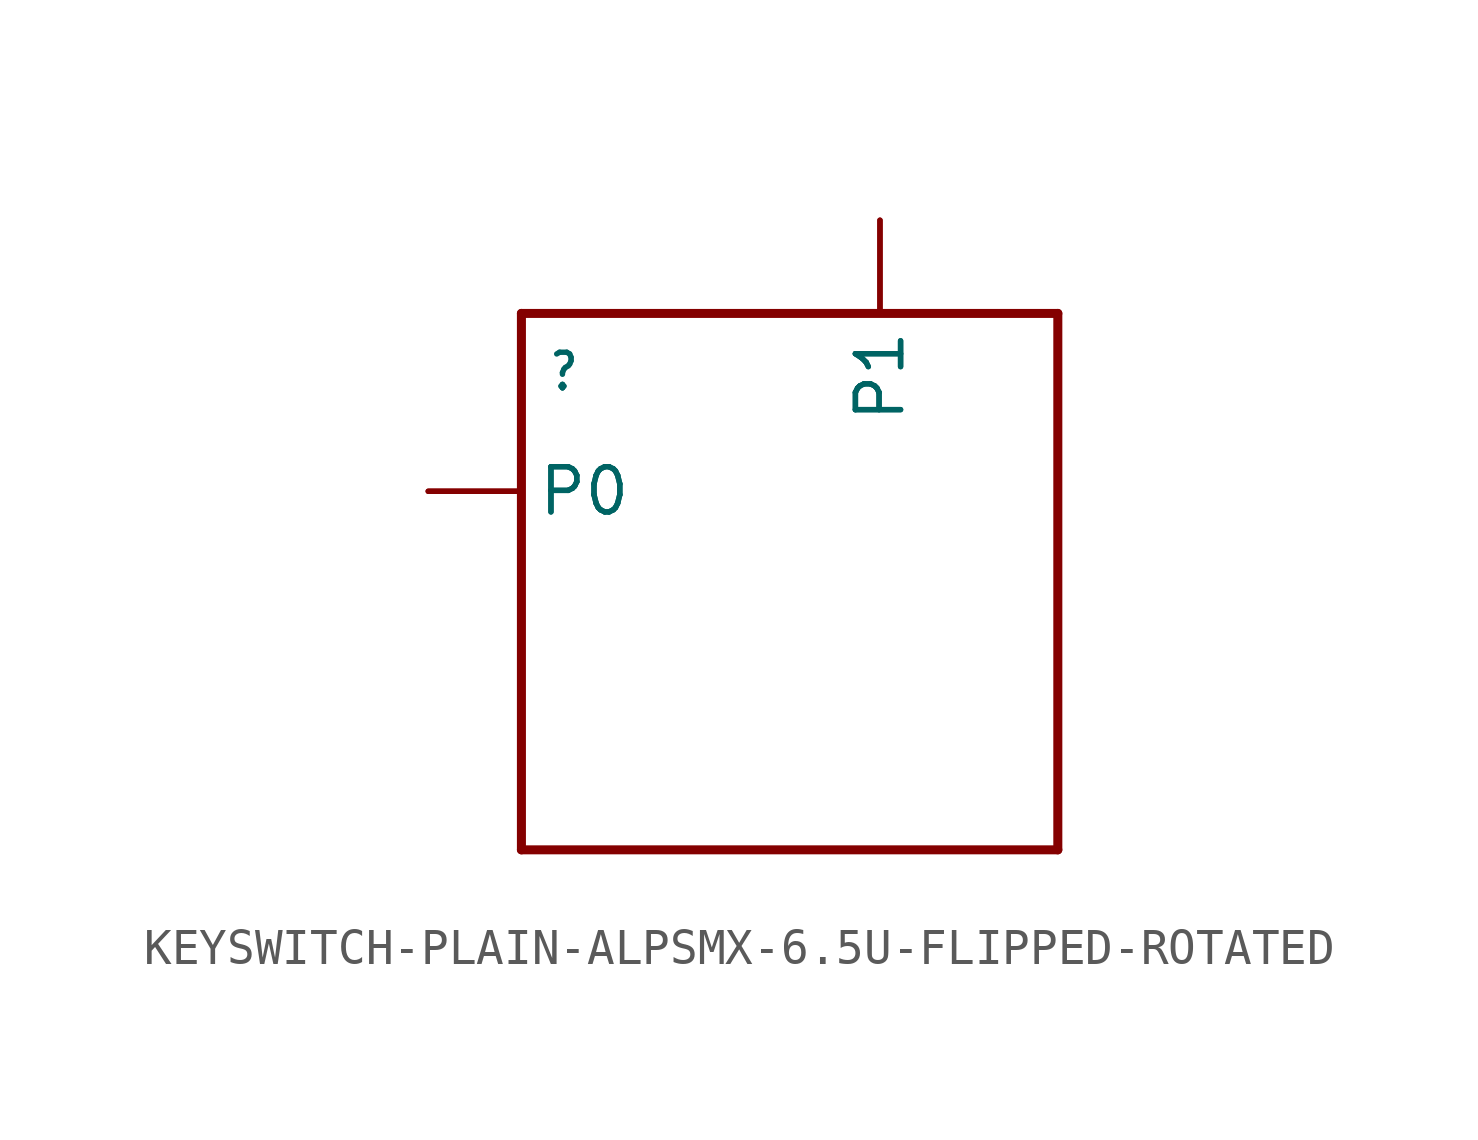
<source format=kicad_sym>
(kicad_symbol_lib
  (version 20211014)
  (generator kicad_symbol_editor)
  (symbol "KEYSWITCH-PLAIN-ALPSMX-6.5U-FLIPPED-ROTATED"
    (property "Reference" ""
      (at -6.81 5.318 0)
      (effects (font (size 1 0.85)) (justify left bottom)))
    (property "ki_locked" ""
      (at 0 0 0)
      (effects (font (size 1.27 1.27))))
    (symbol "KEYSWITCH-PLAIN-ALPSMX-6.5U-FLIPPED-ROTATED_1_0"
      (polyline (pts (xy -7.54 -7.54) (xy -7.54 7.54)) (stroke (width 0.254) (type default) (color 0 0 0 0)) (fill (type none)))
      (polyline (pts (xy -7.54 7.54) (xy 7.54 7.54)) (stroke (width 0.254) (type default) (color 0 0 0 0)) (fill (type none)))
      (polyline (pts (xy 7.54 -7.54) (xy -7.54 -7.54)) (stroke (width 0.254) (type default) (color 0 0 0 0)) (fill (type none)))
      (polyline (pts (xy 7.54 7.54) (xy 7.54 -7.54)) (stroke (width 0.254) (type default) (color 0 0 0 0)) (fill (type none)))
      (pin bidirectional line (at -10.16 2.54 0) (length 2.54) (name "P0" (effects (font (size 1.27 1.27)))) (number "ALPS1" (effects (font (size 0 0)))))
      (pin bidirectional line (at 2.54 10.16 270) (length 2.54) (name "P1" (effects (font (size 1.27 1.27)))) (number "ALPS2" (effects (font (size 0 0)))))
      (pin bidirectional line (at -10.16 2.54 0) (length 2.54) (name "P0" (effects (font (size 1.27 1.27)))) (number "MX1" (effects (font (size 0 0)))))
      (pin bidirectional line (at 2.54 10.16 270) (length 2.54) (name "P1" (effects (font (size 1.27 1.27)))) (number "MX2" (effects (font (size 0 0))))))))
</source>
